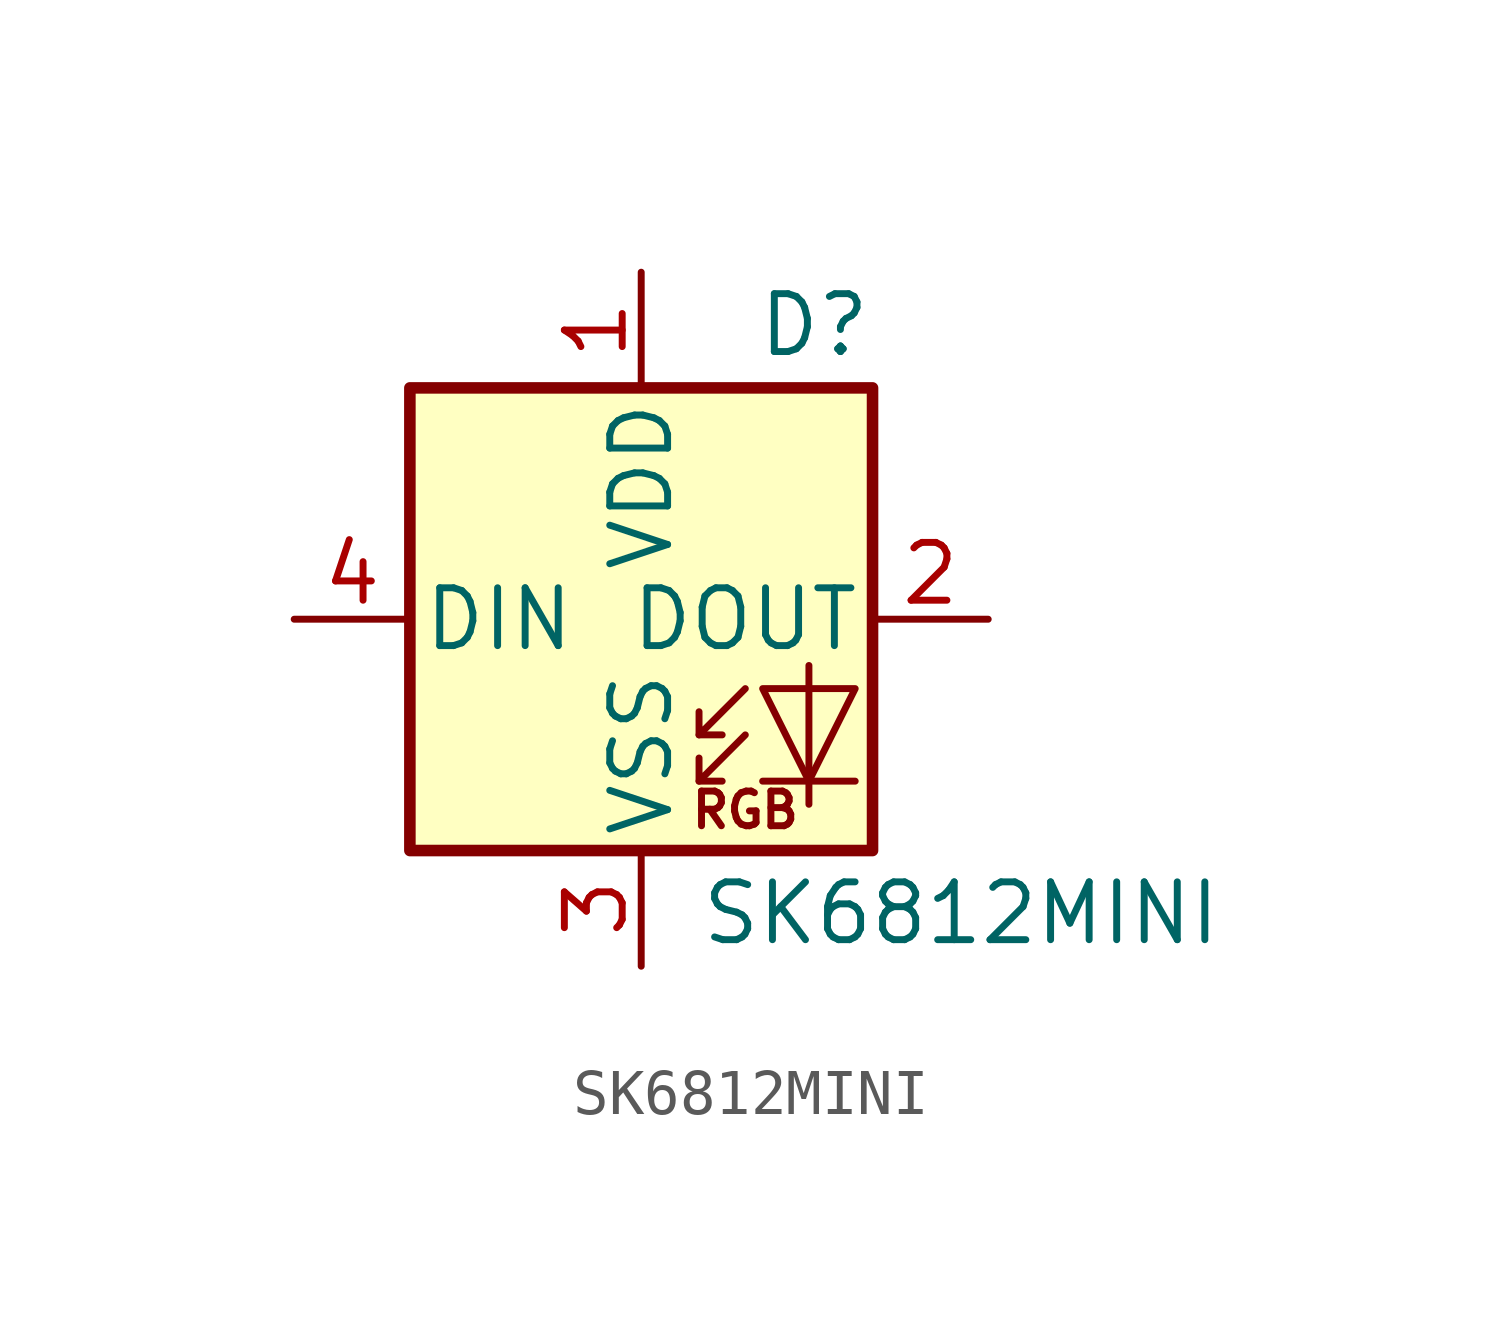
<source format=kicad_sym>
(kicad_symbol_lib
  (version 20241209)
  (generator "kicad_symbol_editor")
  (generator_version "9.0")
  (symbol "SK6812MINI"
    (pin_names
      (offset 0.254))
    (property "Reference" "D"
      (at 5.08 5.715 0)
      (effects (font (size 1.27 1.27)) (justify right bottom)))
    (property "Value" "SK6812MINI"
      (at 1.27 -5.715 0)
      (effects (font (size 1.27 1.27)) (justify left top)))
    (symbol "SK6812MINI_0_0"
      (text "RGB" (at 2.286 -4.191 0) (effects (font (size 0.762 0.762)))))
    (symbol "SK6812MINI_0_1"
      (rectangle (start -5.08 5.08) (end 5.08 -5.08) (stroke (width 0.254) (type default)) (fill (type background)))
      (polyline (pts (xy 1.27 -2.54) (xy 1.778 -2.54)) (stroke (width 0) (type default)) (fill (type none)))
      (polyline (pts (xy 1.27 -3.556) (xy 1.778 -3.556)) (stroke (width 0) (type default)) (fill (type none)))
      (polyline (pts (xy 2.286 -1.524) (xy 1.27 -2.54) (xy 1.27 -2.032)) (stroke (width 0) (type default)) (fill (type none)))
      (polyline (pts (xy 2.286 -2.54) (xy 1.27 -3.556) (xy 1.27 -3.048)) (stroke (width 0) (type default)) (fill (type none)))
      (polyline (pts (xy 3.683 -1.016) (xy 3.683 -3.556) (xy 3.683 -4.064)) (stroke (width 0) (type default)) (fill (type none)))
      (polyline (pts (xy 4.699 -1.524) (xy 2.667 -1.524) (xy 3.683 -3.556) (xy 4.699 -1.524)) (stroke (width 0) (type default)) (fill (type none)))
      (polyline (pts (xy 4.699 -3.556) (xy 2.667 -3.556)) (stroke (width 0) (type default)) (fill (type none))))
    (symbol "SK6812MINI_1_1"
      (pin input line (at -7.62 0 0) (length 2.54) (name "DIN" (effects (font (size 1.27 1.27)))) (number "4" (effects (font (size 1.27 1.27)))))
      (pin power_in line (at 0 7.62 270) (length 2.54) (name "VDD" (effects (font (size 1.27 1.27)))) (number "1" (effects (font (size 1.27 1.27)))))
      (pin power_in line (at 0 -7.62 90) (length 2.54) (name "VSS" (effects (font (size 1.27 1.27)))) (number "3" (effects (font (size 1.27 1.27)))))
      (pin output line (at 7.62 0 180) (length 2.54) (name "DOUT" (effects (font (size 1.27 1.27)))) (number "2" (effects (font (size 1.27 1.27))))))))
</source>
